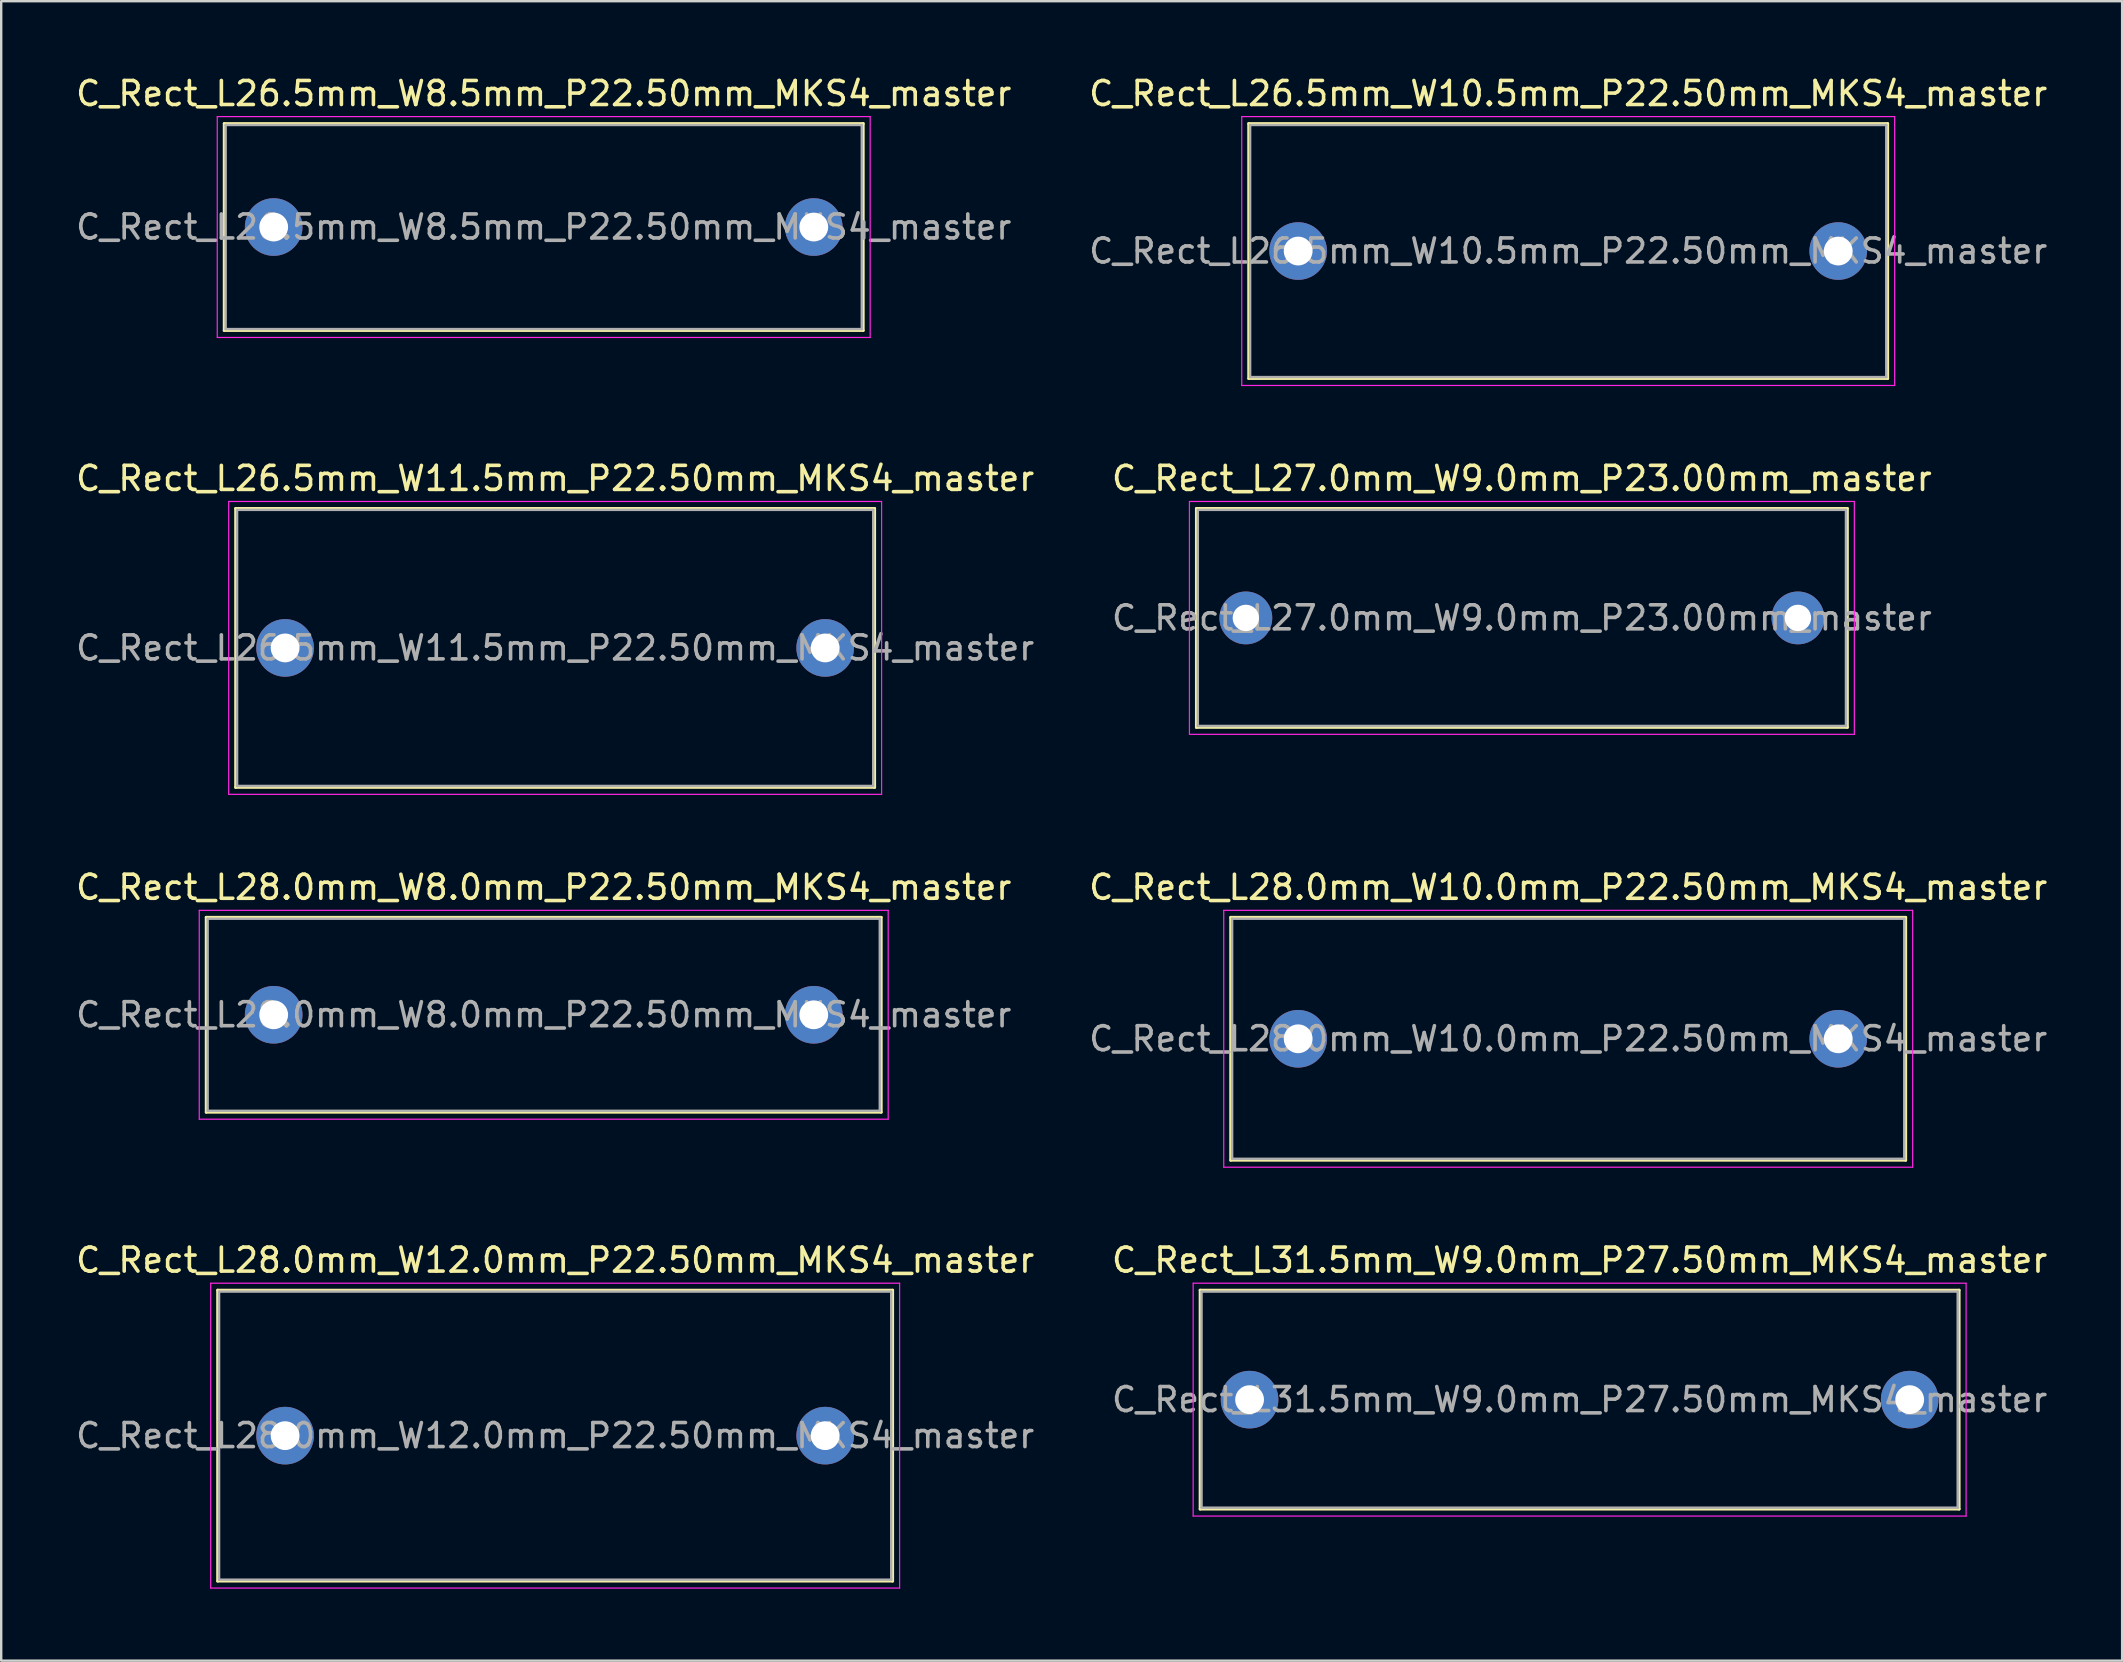
<source format=kicad_pcb>
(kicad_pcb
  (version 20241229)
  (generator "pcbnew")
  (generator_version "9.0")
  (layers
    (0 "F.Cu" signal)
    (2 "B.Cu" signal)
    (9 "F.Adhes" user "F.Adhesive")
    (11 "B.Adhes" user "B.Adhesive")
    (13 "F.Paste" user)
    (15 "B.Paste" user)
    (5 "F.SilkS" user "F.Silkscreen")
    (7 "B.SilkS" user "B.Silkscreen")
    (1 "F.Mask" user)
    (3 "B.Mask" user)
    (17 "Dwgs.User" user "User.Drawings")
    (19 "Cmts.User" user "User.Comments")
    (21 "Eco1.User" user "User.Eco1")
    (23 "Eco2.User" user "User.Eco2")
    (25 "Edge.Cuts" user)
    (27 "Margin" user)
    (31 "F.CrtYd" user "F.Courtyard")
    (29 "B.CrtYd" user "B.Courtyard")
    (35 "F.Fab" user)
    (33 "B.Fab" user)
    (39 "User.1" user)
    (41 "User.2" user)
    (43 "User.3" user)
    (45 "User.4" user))
  (footprint "C_Rect_L28.0mm_W10.0mm_P22.50mm_MKS4_master"
    (layer "F.Cu")
    (at 51.03 40.225)
    (property "Reference" "C_Rect_L28.0mm_W10.0mm_P22.50mm_MKS4_master" (at 11.25 -6.31 0) (layer "F.SilkS") (effects (font (size 1 1) (thickness 0.15))))
    (attr through_hole)
    (fp_line (start -2.81 -5.06) (end -2.81 5.06) (stroke (width 0.12) (type solid)) (layer "F.SilkS"))
    (fp_line (start -2.81 -5.06) (end 25.31 -5.06) (stroke (width 0.12) (type solid)) (layer "F.SilkS"))
    (fp_line (start -2.81 5.06) (end 25.31 5.06) (stroke (width 0.12) (type solid)) (layer "F.SilkS"))
    (fp_line (start 25.31 -5.06) (end 25.31 5.06) (stroke (width 0.12) (type solid)) (layer "F.SilkS"))
    (fp_line (start -3.1 -5.35) (end -3.1 5.35) (stroke (width 0.05) (type solid)) (layer "F.CrtYd"))
    (fp_line (start -3.1 5.35) (end 25.6 5.35) (stroke (width 0.05) (type solid)) (layer "F.CrtYd"))
    (fp_line (start 25.6 -5.35) (end -3.1 -5.35) (stroke (width 0.05) (type solid)) (layer "F.CrtYd"))
    (fp_line (start 25.6 5.35) (end 25.6 -5.35) (stroke (width 0.05) (type solid)) (layer "F.CrtYd"))
    (fp_line (start -2.75 -5) (end -2.75 5) (stroke (width 0.1) (type solid)) (layer "F.Fab"))
    (fp_line (start -2.75 5) (end 25.25 5) (stroke (width 0.1) (type solid)) (layer "F.Fab"))
    (fp_line (start 25.25 -5) (end -2.75 -5) (stroke (width 0.1) (type solid)) (layer "F.Fab"))
    (fp_line (start 25.25 5) (end 25.25 -5) (stroke (width 0.1) (type solid)) (layer "F.Fab"))
    (fp_text user "${REFERENCE}" (at 11.25 0 0) (layer "F.Fab") (effects (font (size 1 1) (thickness 0.15))))
    (pad "1" thru_hole circle (at 0 0) (size 2.4 2.4) (drill 1.2) (layers "*.Cu" "*.Mask"))
    (pad "2" thru_hole circle (at 22.5 0) (size 2.4 2.4) (drill 1.2) (layers "*.Cu" "*.Mask")))
  (footprint "C_Rect_L26.5mm_W8.5mm_P22.50mm_MKS4_master"
    (layer "F.Cu")
    (at 8.351 6.408)
    (property "Reference" "C_Rect_L26.5mm_W8.5mm_P22.50mm_MKS4_master" (at 11.25 -5.56 0) (layer "F.SilkS") (effects (font (size 1 1) (thickness 0.15))))
    (attr through_hole)
    (fp_line (start -2.06 -4.31) (end -2.06 4.31) (stroke (width 0.12) (type solid)) (layer "F.SilkS"))
    (fp_line (start -2.06 -4.31) (end 24.56 -4.31) (stroke (width 0.12) (type solid)) (layer "F.SilkS"))
    (fp_line (start -2.06 4.31) (end 24.56 4.31) (stroke (width 0.12) (type solid)) (layer "F.SilkS"))
    (fp_line (start 24.56 -4.31) (end 24.56 4.31) (stroke (width 0.12) (type solid)) (layer "F.SilkS"))
    (fp_line (start -2.35 -4.6) (end -2.35 4.6) (stroke (width 0.05) (type solid)) (layer "F.CrtYd"))
    (fp_line (start -2.35 4.6) (end 24.85 4.6) (stroke (width 0.05) (type solid)) (layer "F.CrtYd"))
    (fp_line (start 24.85 -4.6) (end -2.35 -4.6) (stroke (width 0.05) (type solid)) (layer "F.CrtYd"))
    (fp_line (start 24.85 4.6) (end 24.85 -4.6) (stroke (width 0.05) (type solid)) (layer "F.CrtYd"))
    (fp_line (start -2 -4.25) (end -2 4.25) (stroke (width 0.1) (type solid)) (layer "F.Fab"))
    (fp_line (start -2 4.25) (end 24.5 4.25) (stroke (width 0.1) (type solid)) (layer "F.Fab"))
    (fp_line (start 24.5 -4.25) (end -2 -4.25) (stroke (width 0.1) (type solid)) (layer "F.Fab"))
    (fp_line (start 24.5 4.25) (end 24.5 -4.25) (stroke (width 0.1) (type solid)) (layer "F.Fab"))
    (fp_text user "${REFERENCE}" (at 11.25 0 0) (layer "F.Fab") (effects (font (size 1 1) (thickness 0.15))))
    (pad "1" thru_hole circle (at 0 0) (size 2.4 2.4) (drill 1.2) (layers "*.Cu" "*.Mask"))
    (pad "2" thru_hole circle (at 22.5 0) (size 2.4 2.4) (drill 1.2) (layers "*.Cu" "*.Mask")))
  (footprint "C_Rect_L26.5mm_W11.5mm_P22.50mm_MKS4_master"
    (layer "F.Cu")
    (at 8.827 23.942)
    (property "Reference" "C_Rect_L26.5mm_W11.5mm_P22.50mm_MKS4_master" (at 11.25 -7.06 0) (layer "F.SilkS") (effects (font (size 1 1) (thickness 0.15))))
    (attr through_hole)
    (fp_line (start -2.06 -5.81) (end -2.06 5.81) (stroke (width 0.12) (type solid)) (layer "F.SilkS"))
    (fp_line (start -2.06 -5.81) (end 24.56 -5.81) (stroke (width 0.12) (type solid)) (layer "F.SilkS"))
    (fp_line (start -2.06 5.81) (end 24.56 5.81) (stroke (width 0.12) (type solid)) (layer "F.SilkS"))
    (fp_line (start 24.56 -5.81) (end 24.56 5.81) (stroke (width 0.12) (type solid)) (layer "F.SilkS"))
    (fp_line (start -2.35 -6.1) (end -2.35 6.1) (stroke (width 0.05) (type solid)) (layer "F.CrtYd"))
    (fp_line (start -2.35 6.1) (end 24.85 6.1) (stroke (width 0.05) (type solid)) (layer "F.CrtYd"))
    (fp_line (start 24.85 -6.1) (end -2.35 -6.1) (stroke (width 0.05) (type solid)) (layer "F.CrtYd"))
    (fp_line (start 24.85 6.1) (end 24.85 -6.1) (stroke (width 0.05) (type solid)) (layer "F.CrtYd"))
    (fp_line (start -2 -5.75) (end -2 5.75) (stroke (width 0.1) (type solid)) (layer "F.Fab"))
    (fp_line (start -2 5.75) (end 24.5 5.75) (stroke (width 0.1) (type solid)) (layer "F.Fab"))
    (fp_line (start 24.5 -5.75) (end -2 -5.75) (stroke (width 0.1) (type solid)) (layer "F.Fab"))
    (fp_line (start 24.5 5.75) (end 24.5 -5.75) (stroke (width 0.1) (type solid)) (layer "F.Fab"))
    (fp_text user "${REFERENCE}" (at 11.25 0 0) (layer "F.Fab") (effects (font (size 1 1) (thickness 0.15))))
    (pad "1" thru_hole circle (at 0 0) (size 2.4 2.4) (drill 1.2) (layers "*.Cu" "*.Mask"))
    (pad "2" thru_hole circle (at 22.5 0) (size 2.4 2.4) (drill 1.2) (layers "*.Cu" "*.Mask")))
  (footprint "C_Rect_L28.0mm_W12.0mm_P22.50mm_MKS4_master"
    (layer "F.Cu")
    (at 8.827 56.758)
    (property "Reference" "C_Rect_L28.0mm_W12.0mm_P22.50mm_MKS4_master" (at 11.25 -7.31 0) (layer "F.SilkS") (effects (font (size 1 1) (thickness 0.15))))
    (attr through_hole)
    (fp_line (start -2.81 -6.06) (end -2.81 6.06) (stroke (width 0.12) (type solid)) (layer "F.SilkS"))
    (fp_line (start -2.81 -6.06) (end 25.31 -6.06) (stroke (width 0.12) (type solid)) (layer "F.SilkS"))
    (fp_line (start -2.81 6.06) (end 25.31 6.06) (stroke (width 0.12) (type solid)) (layer "F.SilkS"))
    (fp_line (start 25.31 -6.06) (end 25.31 6.06) (stroke (width 0.12) (type solid)) (layer "F.SilkS"))
    (fp_line (start -3.1 -6.35) (end -3.1 6.35) (stroke (width 0.05) (type solid)) (layer "F.CrtYd"))
    (fp_line (start -3.1 6.35) (end 25.6 6.35) (stroke (width 0.05) (type solid)) (layer "F.CrtYd"))
    (fp_line (start 25.6 -6.35) (end -3.1 -6.35) (stroke (width 0.05) (type solid)) (layer "F.CrtYd"))
    (fp_line (start 25.6 6.35) (end 25.6 -6.35) (stroke (width 0.05) (type solid)) (layer "F.CrtYd"))
    (fp_line (start -2.75 -6) (end -2.75 6) (stroke (width 0.1) (type solid)) (layer "F.Fab"))
    (fp_line (start -2.75 6) (end 25.25 6) (stroke (width 0.1) (type solid)) (layer "F.Fab"))
    (fp_line (start 25.25 -6) (end -2.75 -6) (stroke (width 0.1) (type solid)) (layer "F.Fab"))
    (fp_line (start 25.25 6) (end 25.25 -6) (stroke (width 0.1) (type solid)) (layer "F.Fab"))
    (fp_text user "${REFERENCE}" (at 11.25 0 0) (layer "F.Fab") (effects (font (size 1 1) (thickness 0.15))))
    (pad "1" thru_hole circle (at 0 0) (size 2.4 2.4) (drill 1.2) (layers "*.Cu" "*.Mask"))
    (pad "2" thru_hole circle (at 22.5 0) (size 2.4 2.4) (drill 1.2) (layers "*.Cu" "*.Mask")))
  (footprint "C_Rect_L27.0mm_W9.0mm_P23.00mm_master"
    (layer "F.Cu")
    (at 48.851 22.692)
    (property "Reference" "C_Rect_L27.0mm_W9.0mm_P23.00mm_master" (at 11.5 -5.81 0) (layer "F.SilkS") (effects (font (size 1 1) (thickness 0.15))))
    (attr through_hole)
    (fp_line (start -2.06 -4.56) (end -2.06 4.56) (stroke (width 0.12) (type solid)) (layer "F.SilkS"))
    (fp_line (start -2.06 -4.56) (end 25.06 -4.56) (stroke (width 0.12) (type solid)) (layer "F.SilkS"))
    (fp_line (start -2.06 4.56) (end 25.06 4.56) (stroke (width 0.12) (type solid)) (layer "F.SilkS"))
    (fp_line (start 25.06 -4.56) (end 25.06 4.56) (stroke (width 0.12) (type solid)) (layer "F.SilkS"))
    (fp_line (start -2.35 -4.85) (end -2.35 4.85) (stroke (width 0.05) (type solid)) (layer "F.CrtYd"))
    (fp_line (start -2.35 4.85) (end 25.35 4.85) (stroke (width 0.05) (type solid)) (layer "F.CrtYd"))
    (fp_line (start 25.35 -4.85) (end -2.35 -4.85) (stroke (width 0.05) (type solid)) (layer "F.CrtYd"))
    (fp_line (start 25.35 4.85) (end 25.35 -4.85) (stroke (width 0.05) (type solid)) (layer "F.CrtYd"))
    (fp_line (start -2 -4.5) (end -2 4.5) (stroke (width 0.1) (type solid)) (layer "F.Fab"))
    (fp_line (start -2 4.5) (end 25 4.5) (stroke (width 0.1) (type solid)) (layer "F.Fab"))
    (fp_line (start 25 -4.5) (end -2 -4.5) (stroke (width 0.1) (type solid)) (layer "F.Fab"))
    (fp_line (start 25 4.5) (end 25 -4.5) (stroke (width 0.1) (type solid)) (layer "F.Fab"))
    (fp_text user "${REFERENCE}" (at 11.5 0 0) (layer "F.Fab") (effects (font (size 1 1) (thickness 0.15))))
    (pad "1" thru_hole circle (at 0 0) (size 2.2 2.2) (drill 1.1) (layers "*.Cu" "*.Mask"))
    (pad "2" thru_hole circle (at 23 0) (size 2.2 2.2) (drill 1.1) (layers "*.Cu" "*.Mask")))
  (footprint "C_Rect_L31.5mm_W9.0mm_P27.50mm_MKS4_master"
    (layer "F.Cu")
    (at 49.006 55.258)
    (property "Reference" "C_Rect_L31.5mm_W9.0mm_P27.50mm_MKS4_master" (at 13.75 -5.81 0) (layer "F.SilkS") (effects (font (size 1 1) (thickness 0.15))))
    (attr through_hole)
    (fp_line (start -2.06 -4.56) (end -2.06 4.56) (stroke (width 0.12) (type solid)) (layer "F.SilkS"))
    (fp_line (start -2.06 -4.56) (end 29.56 -4.56) (stroke (width 0.12) (type solid)) (layer "F.SilkS"))
    (fp_line (start -2.06 4.56) (end 29.56 4.56) (stroke (width 0.12) (type solid)) (layer "F.SilkS"))
    (fp_line (start 29.56 -4.56) (end 29.56 4.56) (stroke (width 0.12) (type solid)) (layer "F.SilkS"))
    (fp_line (start -2.35 -4.85) (end -2.35 4.85) (stroke (width 0.05) (type solid)) (layer "F.CrtYd"))
    (fp_line (start -2.35 4.85) (end 29.85 4.85) (stroke (width 0.05) (type solid)) (layer "F.CrtYd"))
    (fp_line (start 29.85 -4.85) (end -2.35 -4.85) (stroke (width 0.05) (type solid)) (layer "F.CrtYd"))
    (fp_line (start 29.85 4.85) (end 29.85 -4.85) (stroke (width 0.05) (type solid)) (layer "F.CrtYd"))
    (fp_line (start -2 -4.5) (end -2 4.5) (stroke (width 0.1) (type solid)) (layer "F.Fab"))
    (fp_line (start -2 4.5) (end 29.5 4.5) (stroke (width 0.1) (type solid)) (layer "F.Fab"))
    (fp_line (start 29.5 -4.5) (end -2 -4.5) (stroke (width 0.1) (type solid)) (layer "F.Fab"))
    (fp_line (start 29.5 4.5) (end 29.5 -4.5) (stroke (width 0.1) (type solid)) (layer "F.Fab"))
    (fp_text user "${REFERENCE}" (at 13.75 0 0) (layer "F.Fab") (effects (font (size 1 1) (thickness 0.15))))
    (pad "1" thru_hole circle (at 0 0) (size 2.4 2.4) (drill 1.2) (layers "*.Cu" "*.Mask"))
    (pad "2" thru_hole circle (at 27.5 0) (size 2.4 2.4) (drill 1.2) (layers "*.Cu" "*.Mask")))
  (footprint "C_Rect_L28.0mm_W8.0mm_P22.50mm_MKS4_master"
    (layer "F.Cu")
    (at 8.351 39.225)
    (property "Reference" "C_Rect_L28.0mm_W8.0mm_P22.50mm_MKS4_master" (at 11.25 -5.31 0) (layer "F.SilkS") (effects (font (size 1 1) (thickness 0.15))))
    (attr through_hole)
    (fp_line (start -2.81 -4.06) (end -2.81 4.06) (stroke (width 0.12) (type solid)) (layer "F.SilkS"))
    (fp_line (start -2.81 -4.06) (end 25.31 -4.06) (stroke (width 0.12) (type solid)) (layer "F.SilkS"))
    (fp_line (start -2.81 4.06) (end 25.31 4.06) (stroke (width 0.12) (type solid)) (layer "F.SilkS"))
    (fp_line (start 25.31 -4.06) (end 25.31 4.06) (stroke (width 0.12) (type solid)) (layer "F.SilkS"))
    (fp_line (start -3.1 -4.35) (end -3.1 4.35) (stroke (width 0.05) (type solid)) (layer "F.CrtYd"))
    (fp_line (start -3.1 4.35) (end 25.6 4.35) (stroke (width 0.05) (type solid)) (layer "F.CrtYd"))
    (fp_line (start 25.6 -4.35) (end -3.1 -4.35) (stroke (width 0.05) (type solid)) (layer "F.CrtYd"))
    (fp_line (start 25.6 4.35) (end 25.6 -4.35) (stroke (width 0.05) (type solid)) (layer "F.CrtYd"))
    (fp_line (start -2.75 -4) (end -2.75 4) (stroke (width 0.1) (type solid)) (layer "F.Fab"))
    (fp_line (start -2.75 4) (end 25.25 4) (stroke (width 0.1) (type solid)) (layer "F.Fab"))
    (fp_line (start 25.25 -4) (end -2.75 -4) (stroke (width 0.1) (type solid)) (layer "F.Fab"))
    (fp_line (start 25.25 4) (end 25.25 -4) (stroke (width 0.1) (type solid)) (layer "F.Fab"))
    (fp_text user "${REFERENCE}" (at 11.25 0 0) (layer "F.Fab") (effects (font (size 1 1) (thickness 0.15))))
    (pad "1" thru_hole circle (at 0 0) (size 2.4 2.4) (drill 1.2) (layers "*.Cu" "*.Mask"))
    (pad "2" thru_hole circle (at 22.5 0) (size 2.4 2.4) (drill 1.2) (layers "*.Cu" "*.Mask")))
  (footprint "C_Rect_L26.5mm_W10.5mm_P22.50mm_MKS4_master"
    (layer "F.Cu")
    (at 51.03 7.408)
    (property "Reference" "C_Rect_L26.5mm_W10.5mm_P22.50mm_MKS4_master" (at 11.25 -6.56 0) (layer "F.SilkS") (effects (font (size 1 1) (thickness 0.15))))
    (attr through_hole)
    (fp_line (start -2.06 -5.31) (end -2.06 5.31) (stroke (width 0.12) (type solid)) (layer "F.SilkS"))
    (fp_line (start -2.06 -5.31) (end 24.56 -5.31) (stroke (width 0.12) (type solid)) (layer "F.SilkS"))
    (fp_line (start -2.06 5.31) (end 24.56 5.31) (stroke (width 0.12) (type solid)) (layer "F.SilkS"))
    (fp_line (start 24.56 -5.31) (end 24.56 5.31) (stroke (width 0.12) (type solid)) (layer "F.SilkS"))
    (fp_line (start -2.35 -5.6) (end -2.35 5.6) (stroke (width 0.05) (type solid)) (layer "F.CrtYd"))
    (fp_line (start -2.35 5.6) (end 24.85 5.6) (stroke (width 0.05) (type solid)) (layer "F.CrtYd"))
    (fp_line (start 24.85 -5.6) (end -2.35 -5.6) (stroke (width 0.05) (type solid)) (layer "F.CrtYd"))
    (fp_line (start 24.85 5.6) (end 24.85 -5.6) (stroke (width 0.05) (type solid)) (layer "F.CrtYd"))
    (fp_line (start -2 -5.25) (end -2 5.25) (stroke (width 0.1) (type solid)) (layer "F.Fab"))
    (fp_line (start -2 5.25) (end 24.5 5.25) (stroke (width 0.1) (type solid)) (layer "F.Fab"))
    (fp_line (start 24.5 -5.25) (end -2 -5.25) (stroke (width 0.1) (type solid)) (layer "F.Fab"))
    (fp_line (start 24.5 5.25) (end 24.5 -5.25) (stroke (width 0.1) (type solid)) (layer "F.Fab"))
    (fp_text user "${REFERENCE}" (at 11.25 0 0) (layer "F.Fab") (effects (font (size 1 1) (thickness 0.15))))
    (pad "1" thru_hole circle (at 0 0) (size 2.4 2.4) (drill 1.2) (layers "*.Cu" "*.Mask"))
    (pad "2" thru_hole circle (at 22.5 0) (size 2.4 2.4) (drill 1.2) (layers "*.Cu" "*.Mask")))
  (gr_rect
    (start -3 -3)
    (end 85.357 66.133)
    (stroke (width 0.1) (type default))
    (fill no)
    (layer "Edge.Cuts")))
</source>
